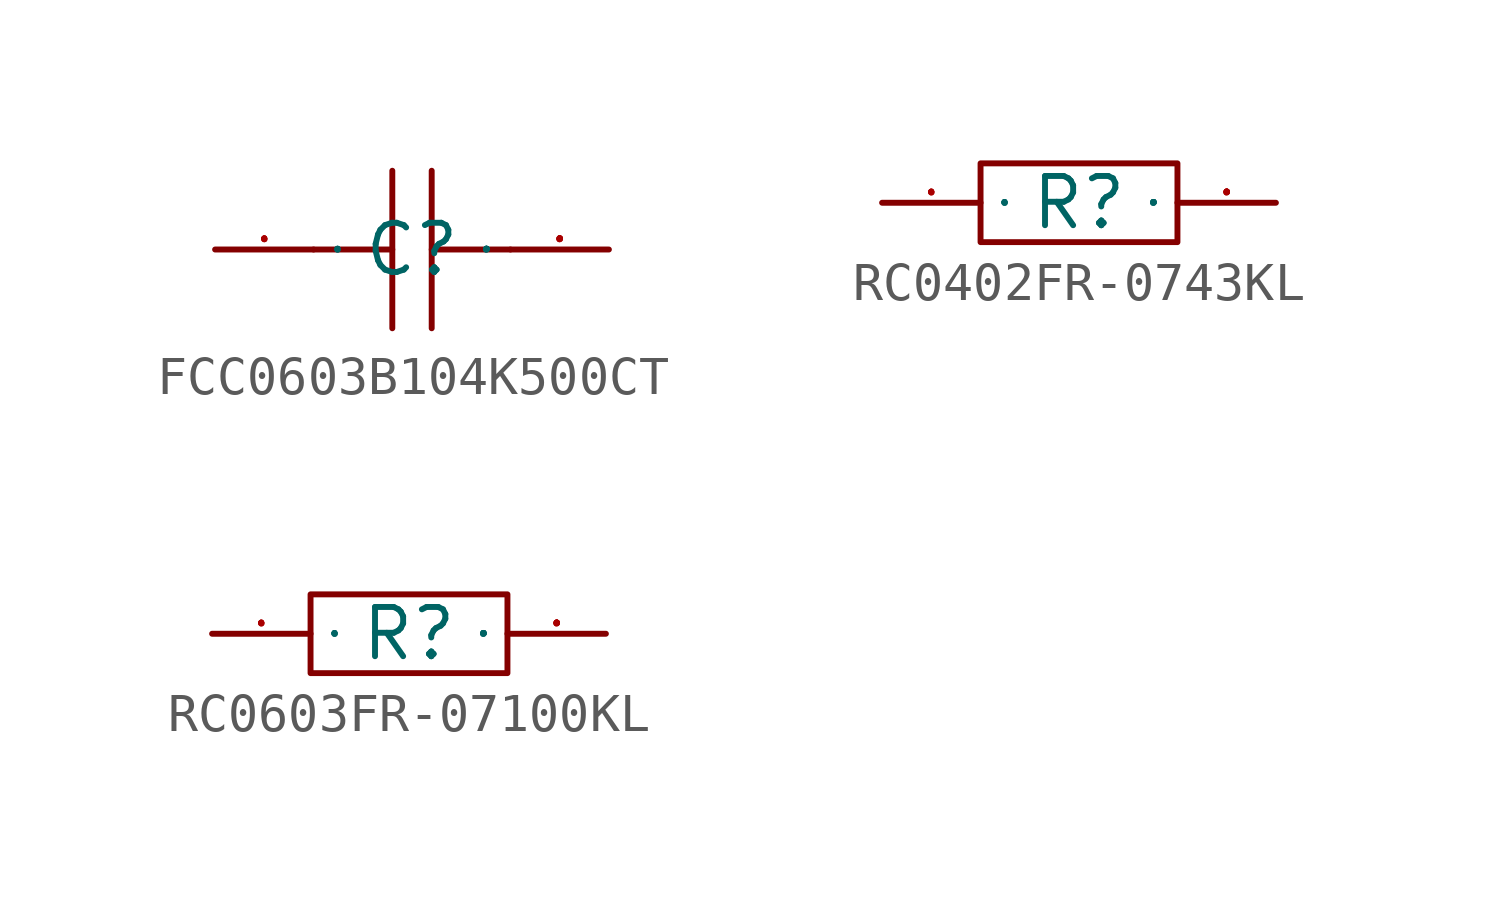
<source format=kicad_sym>
(kicad_symbol_lib
  (version 20241209)
  (generator "kicad_symbol_editor")
  (generator_version "9.0")
  (symbol "FCC0603B104K500CT"
    (property "Reference" "C"
      (at 0 0 0)
      (effects (font (size 1.27 1.27))))
    (symbol "FCC0603B104K500CT_1_0"
      (polyline (pts (xy -0.508 0) (xy -2.54 0)) (stroke (width 0) (type default)) (fill (type none)))
      (polyline (pts (xy -0.508 -2.032) (xy -0.508 2.032)) (stroke (width 0) (type default)) (fill (type none)))
      (polyline (pts (xy 0.508 2.032) (xy 0.508 -2.032)) (stroke (width 0) (type default)) (fill (type none)))
      (polyline (pts (xy 2.54 0) (xy 0.508 0)) (stroke (width 0) (type default)) (fill (type none)))
      (pin unspecified line (at -5.08 0 0) (length 2.54) (name "1" (effects (font (size 0.025 0.025)))) (number "1" (effects (font (size 0.025 0.025)))))
      (pin unspecified line (at 5.08 0 180) (length 2.54) (name "2" (effects (font (size 0.025 0.025)))) (number "2" (effects (font (size 0.025 0.025)))))))
  (symbol "RC0402FR-0743KL"
    (property "Reference" "R"
      (at 0 0 0)
      (effects (font (size 1.27 1.27))))
    (symbol "RC0402FR-0743KL_1_0"
      (rectangle (start -2.54 -1.016) (end 2.54 1.016) (stroke (width 0) (type default)) (fill (type none)))
      (pin unspecified line (at -5.08 0 0) (length 2.54) (name "1" (effects (font (size 0.025 0.025)))) (number "1" (effects (font (size 0.025 0.025)))))
      (pin unspecified line (at 5.08 0 180) (length 2.54) (name "2" (effects (font (size 0.025 0.025)))) (number "2" (effects (font (size 0.025 0.025)))))))
  (symbol "RC0603FR-07100KL"
    (property "Reference" "R"
      (at 0 0 0)
      (effects (font (size 1.27 1.27))))
    (symbol "RC0603FR-07100KL_1_0"
      (rectangle (start -2.54 -1.016) (end 2.54 1.016) (stroke (width 0) (type default)) (fill (type none)))
      (pin input line (at -5.08 0 0) (length 2.54) (name "1" (effects (font (size 0.025 0.025)))) (number "1" (effects (font (size 0.025 0.025)))))
      (pin input line (at 5.08 0 180) (length 2.54) (name "2" (effects (font (size 0.025 0.025)))) (number "2" (effects (font (size 0.025 0.025))))))))
</source>
